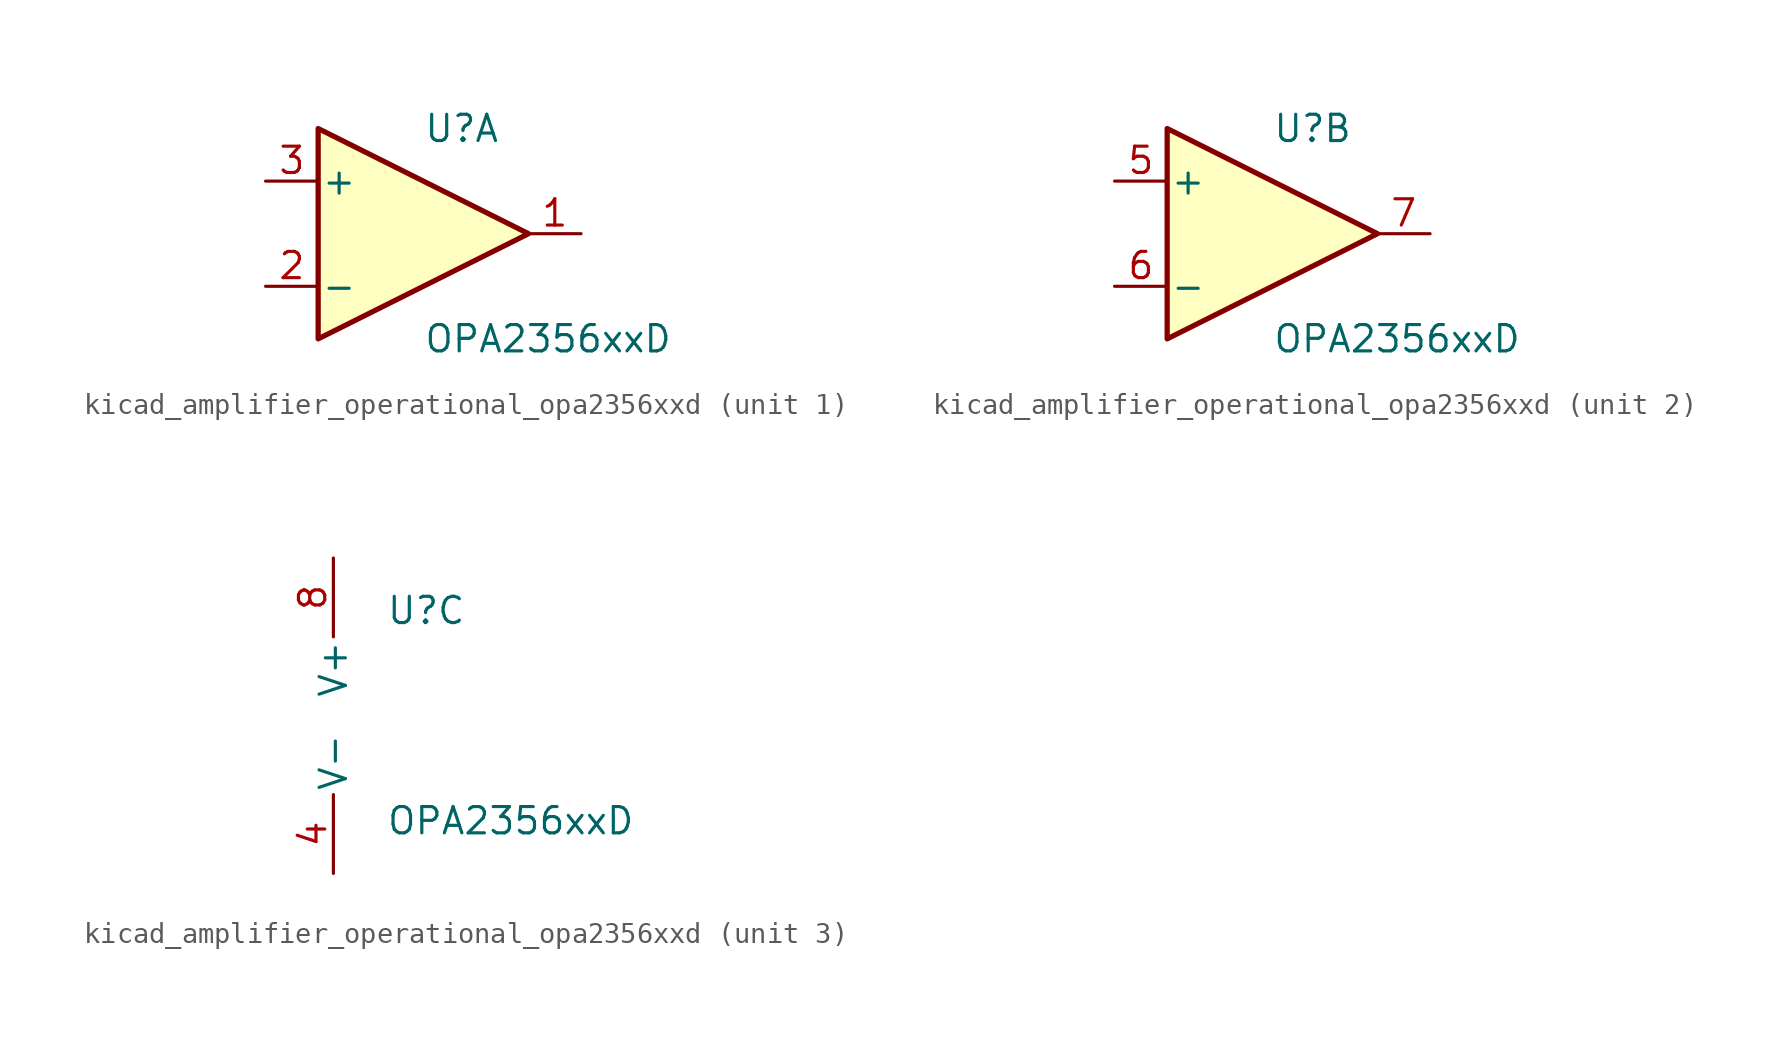
<source format=kicad_sym>
(kicad_symbol_lib
  (version 20220914)
  (generator kicad_symbol_editor)
  (symbol "kicad_amplifier_operational_opa2356xxd"
    (pin_names
      (offset 0.127))
    (property "Reference" "U"
      (at 0 5.08 0)
      (effects (font (size 1.27 1.27)) (justify left)))
    (property "Value" "OPA2356xxD"
      (at 0 -5.08 0)
      (effects (font (size 1.27 1.27)) (justify left)))
    (property "ki_locked" ""
      (at 0 0 0)
      (effects (font (size 1.27 1.27))))
    (symbol "kicad_amplifier_operational_opa2356xxd_1_1"
      (polyline (pts (xy -5.08 5.08) (xy 5.08 0) (xy -5.08 -5.08) (xy -5.08 5.08)) (stroke (width 0.254) (type default)) (fill (type background)))
      (pin output line (at 7.62 0 180) (length 2.54) (name "~" (effects (font (size 1.27 1.27)))) (number "1" (effects (font (size 1.27 1.27)))))
      (pin input line (at -7.62 -2.54 0) (length 2.54) (name "-" (effects (font (size 1.27 1.27)))) (number "2" (effects (font (size 1.27 1.27)))))
      (pin input line (at -7.62 2.54 0) (length 2.54) (name "+" (effects (font (size 1.27 1.27)))) (number "3" (effects (font (size 1.27 1.27))))))
    (symbol "kicad_amplifier_operational_opa2356xxd_2_1"
      (polyline (pts (xy -5.08 5.08) (xy 5.08 0) (xy -5.08 -5.08) (xy -5.08 5.08)) (stroke (width 0.254) (type default)) (fill (type background)))
      (pin input line (at -7.62 2.54 0) (length 2.54) (name "+" (effects (font (size 1.27 1.27)))) (number "5" (effects (font (size 1.27 1.27)))))
      (pin input line (at -7.62 -2.54 0) (length 2.54) (name "-" (effects (font (size 1.27 1.27)))) (number "6" (effects (font (size 1.27 1.27)))))
      (pin output line (at 7.62 0 180) (length 2.54) (name "~" (effects (font (size 1.27 1.27)))) (number "7" (effects (font (size 1.27 1.27))))))
    (symbol "kicad_amplifier_operational_opa2356xxd_3_1"
      (pin power_in line (at -2.54 -7.62 90) (length 3.81) (name "V-" (effects (font (size 1.27 1.27)))) (number "4" (effects (font (size 1.27 1.27)))))
      (pin power_in line (at -2.54 7.62 270) (length 3.81) (name "V+" (effects (font (size 1.27 1.27)))) (number "8" (effects (font (size 1.27 1.27))))))))
</source>
